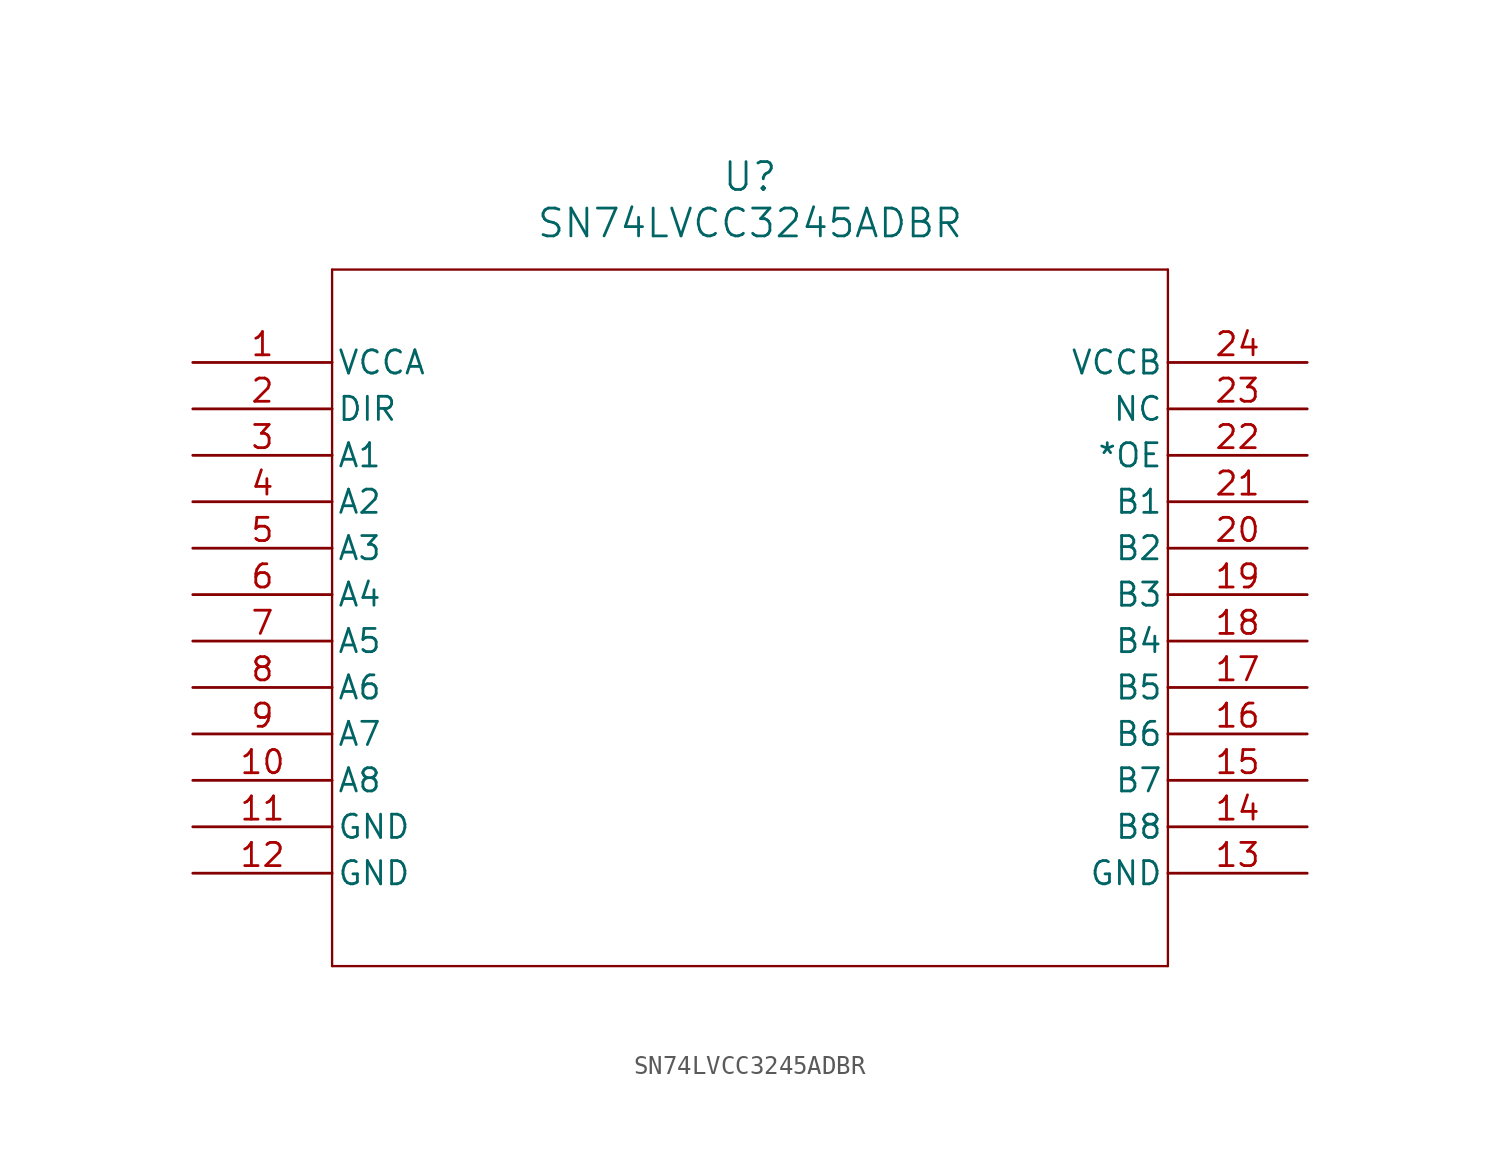
<source format=kicad_sym>
(kicad_symbol_lib
  (version 20211014)
  (generator kicad_symbol_editor)
  (symbol "SN74LVCC3245ADBR"
    (pin_names
      (offset 0.254))
    (property "Reference" "U"
      (at 30.48 10.16 0)
      (effects (font (size 1.524 1.524))))
    (property "Value" "SN74LVCC3245ADBR"
      (at 30.48 7.62 0)
      (effects (font (size 1.524 1.524))))
    (symbol "SN74LVCC3245ADBR_0_1"
      (polyline (pts (xy 7.62 5.08) (xy 7.62 -33.02)) (stroke (width 0.127) (type default) (color 0 0 0 0)) (fill (type none)))
      (polyline (pts (xy 7.62 -33.02) (xy 53.34 -33.02)) (stroke (width 0.127) (type default) (color 0 0 0 0)) (fill (type none)))
      (polyline (pts (xy 53.34 -33.02) (xy 53.34 5.08)) (stroke (width 0.127) (type default) (color 0 0 0 0)) (fill (type none)))
      (polyline (pts (xy 53.34 5.08) (xy 7.62 5.08)) (stroke (width 0.127) (type default) (color 0 0 0 0)) (fill (type none)))
      (pin power_in line (at 0 0 0) (length 7.62) (name "VCCA" (effects (font (size 1.27 1.27)))) (number "1" (effects (font (size 1.27 1.27)))))
      (pin input line (at 0 -2.54 0) (length 7.62) (name "DIR" (effects (font (size 1.27 1.27)))) (number "2" (effects (font (size 1.27 1.27)))))
      (pin bidirectional line (at 0 -5.08 0) (length 7.62) (name "A1" (effects (font (size 1.27 1.27)))) (number "3" (effects (font (size 1.27 1.27)))))
      (pin bidirectional line (at 0 -7.62 0) (length 7.62) (name "A2" (effects (font (size 1.27 1.27)))) (number "4" (effects (font (size 1.27 1.27)))))
      (pin bidirectional line (at 0 -10.16 0) (length 7.62) (name "A3" (effects (font (size 1.27 1.27)))) (number "5" (effects (font (size 1.27 1.27)))))
      (pin bidirectional line (at 0 -12.7 0) (length 7.62) (name "A4" (effects (font (size 1.27 1.27)))) (number "6" (effects (font (size 1.27 1.27)))))
      (pin bidirectional line (at 0 -15.24 0) (length 7.62) (name "A5" (effects (font (size 1.27 1.27)))) (number "7" (effects (font (size 1.27 1.27)))))
      (pin bidirectional line (at 0 -17.78 0) (length 7.62) (name "A6" (effects (font (size 1.27 1.27)))) (number "8" (effects (font (size 1.27 1.27)))))
      (pin bidirectional line (at 0 -20.32 0) (length 7.62) (name "A7" (effects (font (size 1.27 1.27)))) (number "9" (effects (font (size 1.27 1.27)))))
      (pin bidirectional line (at 0 -22.86 0) (length 7.62) (name "A8" (effects (font (size 1.27 1.27)))) (number "10" (effects (font (size 1.27 1.27)))))
      (pin power_in line (at 0 -25.4 0) (length 7.62) (name "GND" (effects (font (size 1.27 1.27)))) (number "11" (effects (font (size 1.27 1.27)))))
      (pin power_in line (at 0 -27.94 0) (length 7.62) (name "GND" (effects (font (size 1.27 1.27)))) (number "12" (effects (font (size 1.27 1.27)))))
      (pin power_in line (at 60.96 -27.94 180) (length 7.62) (name "GND" (effects (font (size 1.27 1.27)))) (number "13" (effects (font (size 1.27 1.27)))))
      (pin bidirectional line (at 60.96 -25.4 180) (length 7.62) (name "B8" (effects (font (size 1.27 1.27)))) (number "14" (effects (font (size 1.27 1.27)))))
      (pin bidirectional line (at 60.96 -22.86 180) (length 7.62) (name "B7" (effects (font (size 1.27 1.27)))) (number "15" (effects (font (size 1.27 1.27)))))
      (pin bidirectional line (at 60.96 -20.32 180) (length 7.62) (name "B6" (effects (font (size 1.27 1.27)))) (number "16" (effects (font (size 1.27 1.27)))))
      (pin bidirectional line (at 60.96 -17.78 180) (length 7.62) (name "B5" (effects (font (size 1.27 1.27)))) (number "17" (effects (font (size 1.27 1.27)))))
      (pin bidirectional line (at 60.96 -15.24 180) (length 7.62) (name "B4" (effects (font (size 1.27 1.27)))) (number "18" (effects (font (size 1.27 1.27)))))
      (pin bidirectional line (at 60.96 -12.7 180) (length 7.62) (name "B3" (effects (font (size 1.27 1.27)))) (number "19" (effects (font (size 1.27 1.27)))))
      (pin bidirectional line (at 60.96 -10.16 180) (length 7.62) (name "B2" (effects (font (size 1.27 1.27)))) (number "20" (effects (font (size 1.27 1.27)))))
      (pin bidirectional line (at 60.96 -7.62 180) (length 7.62) (name "B1" (effects (font (size 1.27 1.27)))) (number "21" (effects (font (size 1.27 1.27)))))
      (pin input line (at 60.96 -5.08 180) (length 7.62) (name "*OE" (effects (font (size 1.27 1.27)))) (number "22" (effects (font (size 1.27 1.27)))))
      (pin unspecified line (at 60.96 -2.54 180) (length 7.62) (name "NC" (effects (font (size 1.27 1.27)))) (number "23" (effects (font (size 1.27 1.27)))))
      (pin power_in line (at 60.96 0 180) (length 7.62) (name "VCCB" (effects (font (size 1.27 1.27)))) (number "24" (effects (font (size 1.27 1.27))))))))
</source>
